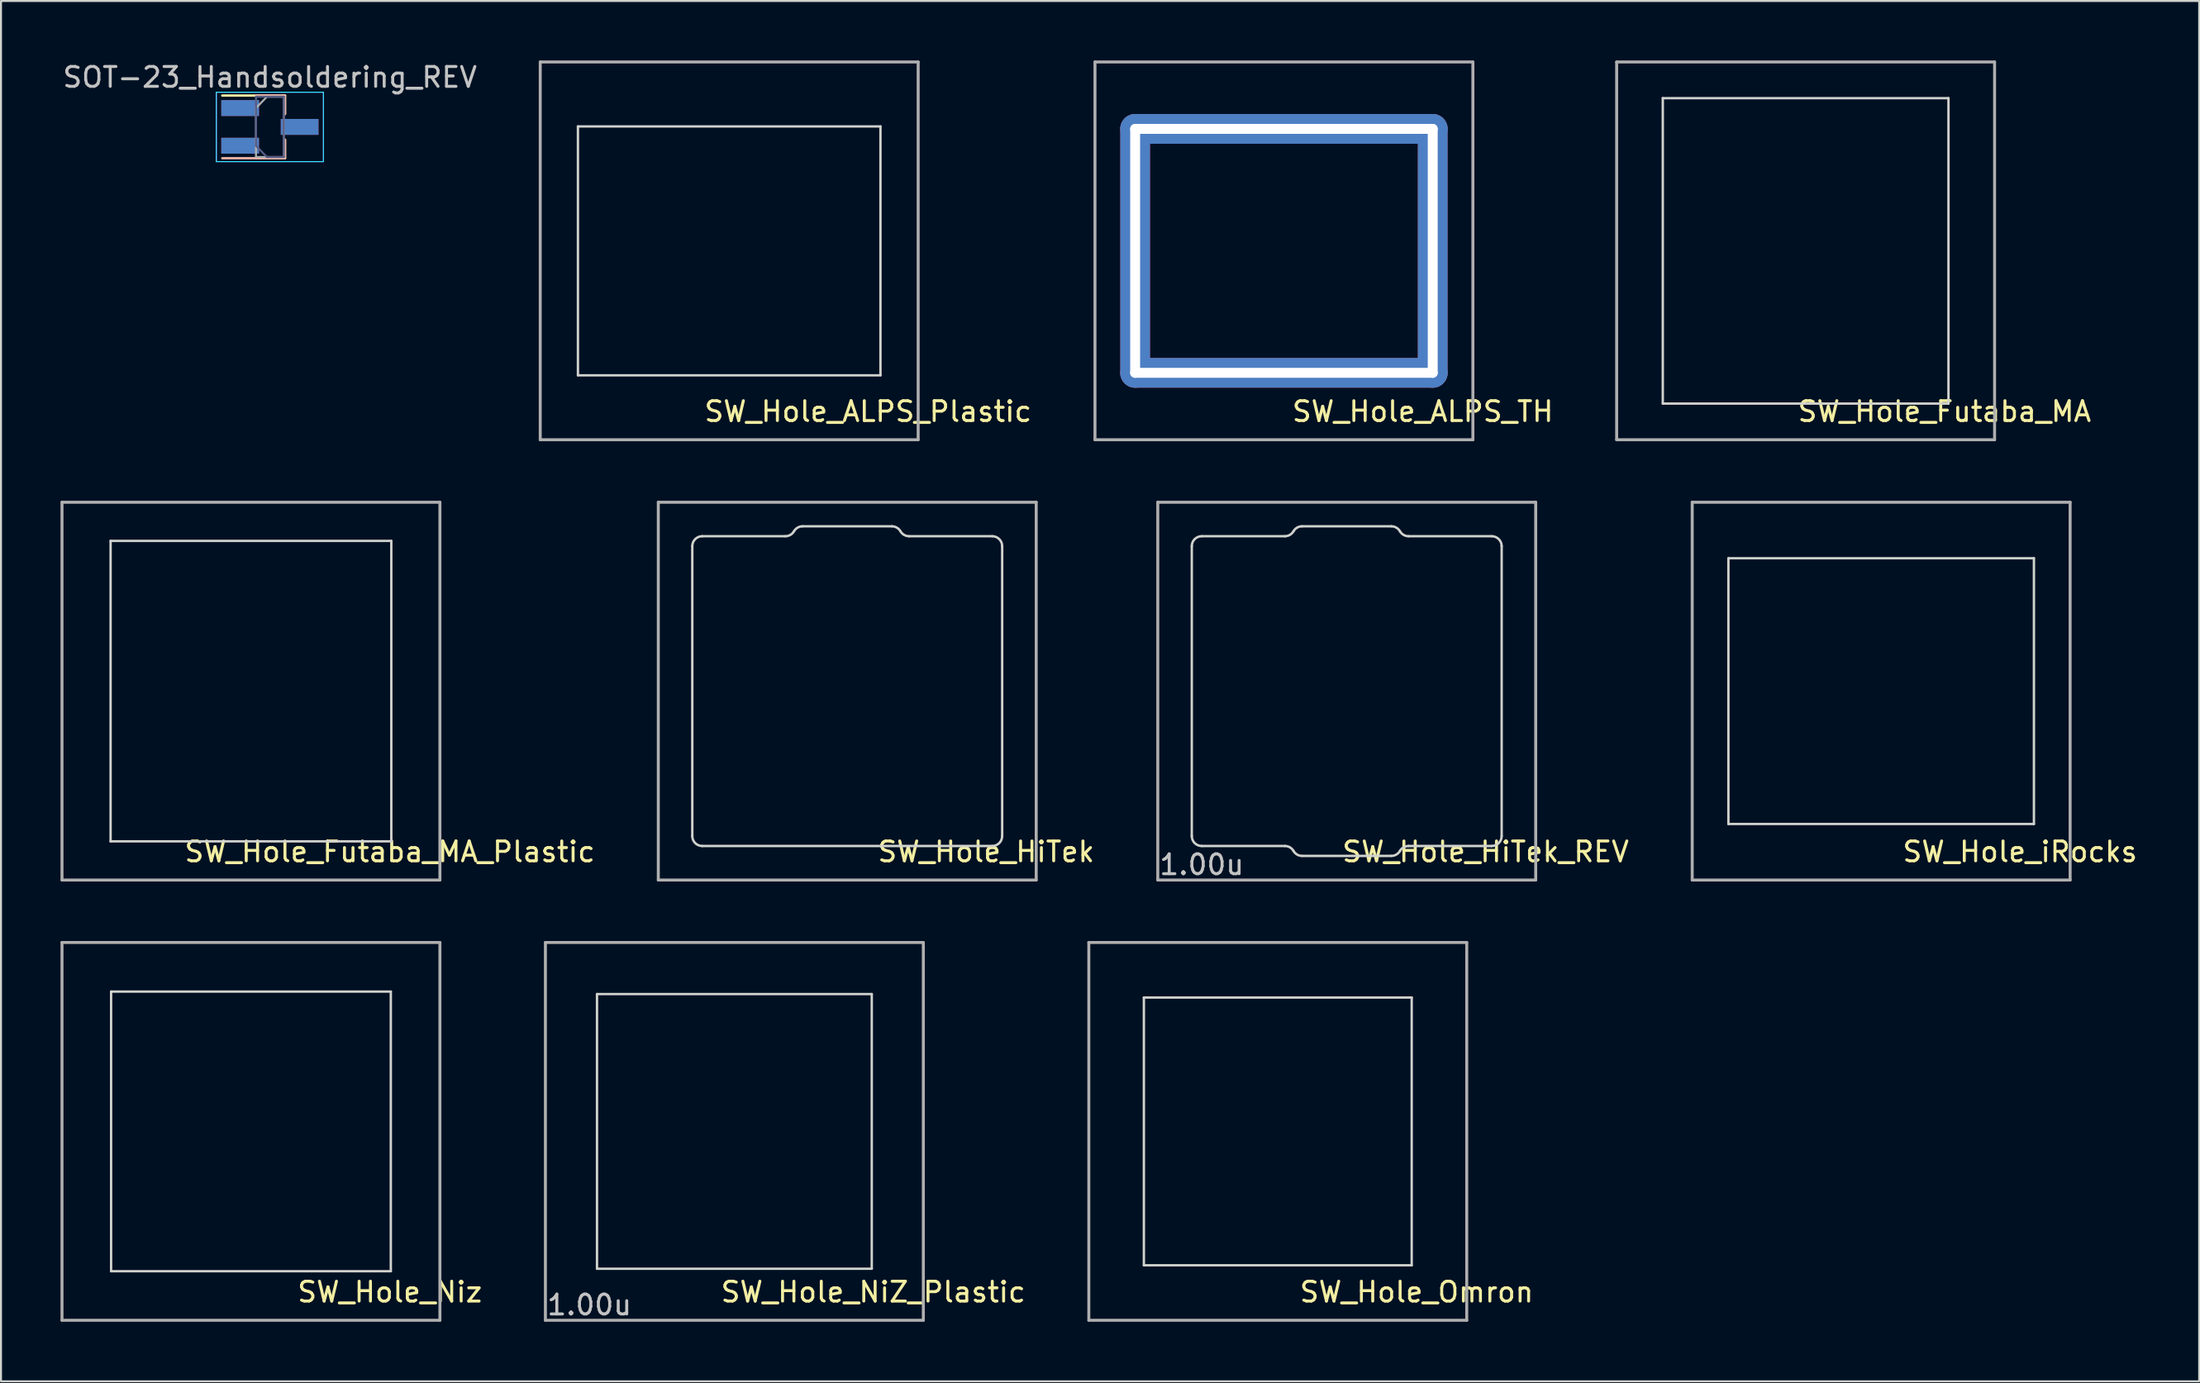
<source format=kicad_pcb>
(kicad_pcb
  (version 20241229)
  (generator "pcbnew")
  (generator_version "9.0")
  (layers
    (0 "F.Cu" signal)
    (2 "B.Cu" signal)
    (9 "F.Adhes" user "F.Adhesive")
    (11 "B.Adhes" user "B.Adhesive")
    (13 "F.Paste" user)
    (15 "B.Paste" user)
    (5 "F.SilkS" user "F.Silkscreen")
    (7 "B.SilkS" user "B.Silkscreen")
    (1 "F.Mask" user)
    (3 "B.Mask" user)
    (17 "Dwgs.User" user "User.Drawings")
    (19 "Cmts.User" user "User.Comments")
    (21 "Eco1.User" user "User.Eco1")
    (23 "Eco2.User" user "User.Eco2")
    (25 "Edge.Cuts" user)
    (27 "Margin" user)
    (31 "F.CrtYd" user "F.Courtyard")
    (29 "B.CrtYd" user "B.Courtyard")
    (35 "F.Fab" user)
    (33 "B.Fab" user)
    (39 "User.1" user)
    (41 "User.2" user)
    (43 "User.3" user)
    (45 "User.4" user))
  (footprint "SW_Hole_NiZ_Plastic"
    (layer "F.Cu")
    (at 33.968 54)
    (property "Reference" "SW_Hole_NiZ_Plastic" (at 7 8.1 0) (layer "F.SilkS") (effects (font (size 1 1) (thickness 0.15))))
    (fp_line (start -6.925 -6.925) (end -6.925 6.925) (stroke (width 0.12) (type solid)) (layer "Edge.Cuts"))
    (fp_line (start -6.925 6.925) (end 6.925 6.925) (stroke (width 0.12) (type solid)) (layer "Edge.Cuts"))
    (fp_line (start 6.925 -6.925) (end -6.925 -6.925) (stroke (width 0.12) (type solid)) (layer "Edge.Cuts"))
    (fp_line (start 6.925 6.925) (end 6.925 -6.925) (stroke (width 0.12) (type solid)) (layer "Edge.Cuts"))
    (fp_line (start -9.525 -9.525) (end -9.525 9.525) (stroke (width 0.15) (type solid)) (layer "F.Fab"))
    (fp_line (start -9.525 9.525) (end 9.525 9.525) (stroke (width 0.15) (type solid)) (layer "F.Fab"))
    (fp_line (start 9.525 -9.525) (end -9.525 -9.525) (stroke (width 0.15) (type solid)) (layer "F.Fab"))
    (fp_line (start 9.525 9.525) (end 9.525 -9.525) (stroke (width 0.15) (type solid)) (layer "F.Fab"))
    (fp_text user "1.00u" (at -9.525 8.75 0) (layer "Dwgs.User") (effects (font (size 1 1) (thickness 0.15)) (justify left))))
  (footprint "SW_Hole_Futaba_MA"
    (layer "F.Cu")
    (at 87.967 9.6)
    (property "Reference" "SW_Hole_Futaba_MA" (at 7 8.1 0) (layer "F.SilkS") (effects (font (size 1 1) (thickness 0.15))))
    (attr through_hole)
    (fp_line (start -7.2 -7.7) (end -7.2 7.7) (stroke (width 0.12) (type solid)) (layer "Edge.Cuts"))
    (fp_line (start -7.2 7.7) (end 7.2 7.7) (stroke (width 0.12) (type solid)) (layer "Edge.Cuts"))
    (fp_line (start 7.2 -7.7) (end -7.2 -7.7) (stroke (width 0.12) (type solid)) (layer "Edge.Cuts"))
    (fp_line (start 7.2 7.7) (end 7.2 -7.7) (stroke (width 0.12) (type solid)) (layer "Edge.Cuts"))
    (fp_line (start -9.525 -9.525) (end -9.525 9.525) (stroke (width 0.15) (type solid)) (layer "F.Fab"))
    (fp_line (start -9.525 9.525) (end 9.525 9.525) (stroke (width 0.15) (type solid)) (layer "F.Fab"))
    (fp_line (start 9.525 -9.525) (end -9.525 -9.525) (stroke (width 0.15) (type solid)) (layer "F.Fab"))
    (fp_line (start 9.525 9.525) (end 9.525 -9.525) (stroke (width 0.15) (type solid)) (layer "F.Fab")))
  (footprint "SOT-23_Handsoldering_REV"
    (layer "F.Cu")
    (at 10.554 3.348)
    (property "Reference" "SOT-23_Handsoldering_REV" (at 0 -2.5 0) (layer "Dwgs.User") (effects (font (size 1 1) (thickness 0.15))))
    (attr smd)
    (fp_line (start 0.76 -1.58) (end -2.4 -1.58) (stroke (width 0.12) (type solid)) (layer "F.SilkS"))
    (fp_line (start 0.76 -1.58) (end 0.76 -0.65) (stroke (width 0.12) (type solid)) (layer "F.SilkS"))
    (fp_line (start 0.76 1.58) (end -0.7 1.58) (stroke (width 0.12) (type solid)) (layer "F.SilkS"))
    (fp_line (start 0.76 1.58) (end 0.76 0.65) (stroke (width 0.12) (type solid)) (layer "F.SilkS"))
    (fp_line (start 0.76 -1.58) (end -0.7 -1.58) (stroke (width 0.12) (type solid)) (layer "B.SilkS"))
    (fp_line (start 0.76 -1.58) (end 0.76 -0.65) (stroke (width 0.12) (type solid)) (layer "B.SilkS"))
    (fp_line (start 0.76 1.58) (end -2.4 1.58) (stroke (width 0.12) (type solid)) (layer "B.SilkS"))
    (fp_line (start 0.76 1.58) (end 0.76 0.65) (stroke (width 0.12) (type solid)) (layer "B.SilkS"))
    (fp_line (start -2.7 -1.75) (end -2.7 1.75) (stroke (width 0.05) (type solid)) (layer "B.CrtYd"))
    (fp_line (start -2.7 1.75) (end 2.7 1.75) (stroke (width 0.05) (type solid)) (layer "B.CrtYd"))
    (fp_line (start 2.7 -1.75) (end -2.7 -1.75) (stroke (width 0.05) (type solid)) (layer "B.CrtYd"))
    (fp_line (start 2.7 1.75) (end 2.7 -1.75) (stroke (width 0.05) (type solid)) (layer "B.CrtYd"))
    (fp_line (start -2.7 -1.75) (end 2.7 -1.75) (stroke (width 0.05) (type solid)) (layer "F.CrtYd"))
    (fp_line (start -2.7 1.75) (end -2.7 -1.75) (stroke (width 0.05) (type solid)) (layer "F.CrtYd"))
    (fp_line (start 2.7 -1.75) (end 2.7 1.75) (stroke (width 0.05) (type solid)) (layer "F.CrtYd"))
    (fp_line (start 2.7 1.75) (end -2.7 1.75) (stroke (width 0.05) (type solid)) (layer "F.CrtYd"))
    (fp_line (start -0.7 -1.52) (end 0.7 -1.52) (stroke (width 0.1) (type solid)) (layer "B.Fab"))
    (fp_line (start -0.7 0.95) (end -0.7 -1.5) (stroke (width 0.1) (type solid)) (layer "B.Fab"))
    (fp_line (start -0.7 0.95) (end -0.15 1.52) (stroke (width 0.1) (type solid)) (layer "B.Fab"))
    (fp_line (start -0.15 1.52) (end 0.7 1.52) (stroke (width 0.1) (type solid)) (layer "B.Fab"))
    (fp_line (start 0.7 1.52) (end 0.7 -1.52) (stroke (width 0.1) (type solid)) (layer "B.Fab"))
    (fp_line (start -0.7 -0.95) (end -0.7 1.5) (stroke (width 0.1) (type solid)) (layer "F.Fab"))
    (fp_line (start -0.7 -0.95) (end -0.15 -1.52) (stroke (width 0.1) (type solid)) (layer "F.Fab"))
    (fp_line (start -0.7 1.52) (end 0.7 1.52) (stroke (width 0.1) (type solid)) (layer "F.Fab"))
    (fp_line (start -0.15 -1.52) (end 0.7 -1.52) (stroke (width 0.1) (type solid)) (layer "F.Fab"))
    (fp_line (start 0.7 -1.52) (end 0.7 1.52) (stroke (width 0.1) (type solid)) (layer "F.Fab"))
    (pad "1" smd rect (at -1.5 -0.95) (size 1.9 0.8) (layers "F.Cu" "F.Mask" "F.Paste"))
    (pad "1" smd rect (at -1.5 0.95 180) (size 1.9 0.8) (layers "B.Cu" "B.Mask" "B.Paste"))
    (pad "2" smd rect (at -1.5 -0.95 180) (size 1.9 0.8) (layers "B.Cu" "B.Mask" "B.Paste"))
    (pad "2" smd rect (at -1.5 0.95) (size 1.9 0.8) (layers "F.Cu" "F.Mask" "F.Paste"))
    (pad "3" smd rect (at 1.5 0) (size 1.9 0.8) (layers "F.Cu" "F.Mask" "F.Paste"))
    (pad "3" smd rect (at 1.5 0 180) (size 1.9 0.8) (layers "B.Cu" "B.Mask" "B.Paste")))
  (footprint "SW_Hole_Omron"
    (layer "F.Cu")
    (at 61.36 54)
    (property "Reference" "SW_Hole_Omron" (at 7 8.1 0) (layer "F.SilkS") (effects (font (size 1 1) (thickness 0.15))))
    (attr through_hole)
    (fp_line (start -6.75 -6.75) (end -6.75 6.75) (stroke (width 0.12) (type solid)) (layer "Edge.Cuts"))
    (fp_line (start -6.75 6.75) (end 6.75 6.75) (stroke (width 0.12) (type solid)) (layer "Edge.Cuts"))
    (fp_line (start 6.75 -6.75) (end -6.75 -6.75) (stroke (width 0.12) (type solid)) (layer "Edge.Cuts"))
    (fp_line (start 6.75 6.75) (end 6.75 -6.75) (stroke (width 0.12) (type solid)) (layer "Edge.Cuts"))
    (fp_line (start -9.525 -9.525) (end -9.525 9.525) (stroke (width 0.15) (type solid)) (layer "F.Fab"))
    (fp_line (start -9.525 9.525) (end 9.525 9.525) (stroke (width 0.15) (type solid)) (layer "F.Fab"))
    (fp_line (start 9.525 -9.525) (end -9.525 -9.525) (stroke (width 0.15) (type solid)) (layer "F.Fab"))
    (fp_line (start 9.525 9.525) (end 9.525 -9.525) (stroke (width 0.15) (type solid)) (layer "F.Fab")))
  (footprint "SW_Hole_ALPS_Plastic"
    (layer "F.Cu")
    (at 33.707 9.6)
    (property "Reference" "SW_Hole_ALPS_Plastic" (at 7 8.1 0) (layer "F.SilkS") (effects (font (size 1 1) (thickness 0.15))))
    (fp_line (start -7.625 -6.275) (end -7.625 6.275) (stroke (width 0.12) (type solid)) (layer "Edge.Cuts"))
    (fp_line (start -7.625 6.275) (end 7.625 6.275) (stroke (width 0.12) (type solid)) (layer "Edge.Cuts"))
    (fp_line (start 7.625 -6.275) (end -7.625 -6.275) (stroke (width 0.12) (type solid)) (layer "Edge.Cuts"))
    (fp_line (start 7.625 6.275) (end 7.625 -6.275) (stroke (width 0.12) (type solid)) (layer "Edge.Cuts"))
    (fp_line (start -9.525 -9.525) (end -9.525 9.525) (stroke (width 0.15) (type solid)) (layer "F.Fab"))
    (fp_line (start -9.525 9.525) (end 9.525 9.525) (stroke (width 0.15) (type solid)) (layer "F.Fab"))
    (fp_line (start 9.525 -9.525) (end -9.525 -9.525) (stroke (width 0.15) (type solid)) (layer "F.Fab"))
    (fp_line (start 9.525 9.525) (end 9.525 -9.525) (stroke (width 0.15) (type solid)) (layer "F.Fab")))
  (footprint "SW_Hole_Futaba_MA_Plastic"
    (layer "F.Cu")
    (at 9.6 31.8)
    (property "Reference" "SW_Hole_Futaba_MA_Plastic" (at 7 8.1 0) (layer "F.SilkS") (effects (font (size 1 1) (thickness 0.15))))
    (attr through_hole)
    (fp_line (start -7.075 -7.575) (end -7.075 7.575) (stroke (width 0.12) (type solid)) (layer "Edge.Cuts"))
    (fp_line (start -7.075 7.575) (end 7.075 7.575) (stroke (width 0.12) (type solid)) (layer "Edge.Cuts"))
    (fp_line (start 7.075 -7.575) (end -7.075 -7.575) (stroke (width 0.12) (type solid)) (layer "Edge.Cuts"))
    (fp_line (start 7.075 7.575) (end 7.075 -7.575) (stroke (width 0.12) (type solid)) (layer "Edge.Cuts"))
    (fp_line (start -9.525 -9.525) (end -9.525 9.525) (stroke (width 0.15) (type solid)) (layer "F.Fab"))
    (fp_line (start -9.525 9.525) (end 9.525 9.525) (stroke (width 0.15) (type solid)) (layer "F.Fab"))
    (fp_line (start 9.525 -9.525) (end -9.525 -9.525) (stroke (width 0.15) (type solid)) (layer "F.Fab"))
    (fp_line (start 9.525 9.525) (end 9.525 -9.525) (stroke (width 0.15) (type solid)) (layer "F.Fab")))
  (footprint "SW_Hole_HiTek_REV"
    (layer "F.Cu")
    (at 64.836 31.8)
    (property "Reference" "SW_Hole_HiTek_REV" (at 7 8.1 0) (layer "F.SilkS") (effects (font (size 1 1) (thickness 0.15))))
    (attr through_hole)
    (fp_line (start -7.811 7.309) (end -7.811 -7.311) (stroke (width 0.12) (type solid)) (layer "Edge.Cuts"))
    (fp_line (start -7.311 -7.811) (end -3.117 -7.811) (stroke (width 0.12) (type solid)) (layer "Edge.Cuts"))
    (fp_line (start -3.117 7.809) (end -7.311 7.809) (stroke (width 0.12) (type solid)) (layer "Edge.Cuts"))
    (fp_line (start -2.251 -8.311) (end 2.249 -8.311) (stroke (width 0.12) (type solid)) (layer "Edge.Cuts"))
    (fp_line (start 2.249 8.309) (end -2.251 8.309) (stroke (width 0.12) (type solid)) (layer "Edge.Cuts"))
    (fp_line (start 3.115 -7.811) (end 7.309 -7.811) (stroke (width 0.12) (type solid)) (layer "Edge.Cuts"))
    (fp_line (start 7.309 7.809) (end 3.115 7.809) (stroke (width 0.12) (type solid)) (layer "Edge.Cuts"))
    (fp_line (start 7.809 -7.311) (end 7.809 7.309) (stroke (width 0.12) (type solid)) (layer "Edge.Cuts"))
    (fp_arc (start -7.8114 -7.311469) (mid -7.664953 -7.665022) (end -7.3114 -7.811469) (stroke (width 0.12) (type solid)) (layer "Edge.Cuts"))
    (fp_arc (start -7.3114 7.808531) (mid -7.664953 7.662084) (end -7.8114 7.308531) (stroke (width 0.12) (type solid)) (layer "Edge.Cuts"))
    (fp_arc (start -3.117425 7.808532) (mid -2.867417 7.87551) (end -2.684413 8.058531) (stroke (width 0.12) (type solid)) (layer "Edge.Cuts"))
    (fp_arc (start -2.684413 -8.061469) (mid -2.5014 -8.244482) (end -2.2514 -8.311469) (stroke (width 0.12) (type solid)) (layer "Edge.Cuts"))
    (fp_arc (start -2.684412 -8.061469) (mid -2.867425 -7.878456) (end -3.117425 -7.811469) (stroke (width 0.12) (type solid)) (layer "Edge.Cuts"))
    (fp_arc (start -2.2514 8.308531) (mid -2.5014 8.241544) (end -2.684413 8.058531) (stroke (width 0.12) (type solid)) (layer "Edge.Cuts"))
    (fp_arc (start 2.2486 -8.311469) (mid 2.4986 -8.244482) (end 2.681613 -8.061469) (stroke (width 0.12) (type solid)) (layer "Edge.Cuts"))
    (fp_arc (start 2.681612 8.058531) (mid 2.864625 7.875518) (end 3.114625 7.808531) (stroke (width 0.12) (type solid)) (layer "Edge.Cuts"))
    (fp_arc (start 2.681613 8.058531) (mid 2.4986 8.241544) (end 2.2486 8.308531) (stroke (width 0.12) (type solid)) (layer "Edge.Cuts"))
    (fp_arc (start 3.114625 -7.81147) (mid 2.864626 -7.878457) (end 2.681613 -8.061469) (stroke (width 0.12) (type solid)) (layer "Edge.Cuts"))
    (fp_arc (start 7.3086 -7.811469) (mid 7.662153 -7.665022) (end 7.8086 -7.311469) (stroke (width 0.12) (type solid)) (layer "Edge.Cuts"))
    (fp_arc (start 7.8086 7.308531) (mid 7.662153 7.662084) (end 7.3086 7.808531) (stroke (width 0.12) (type solid)) (layer "Edge.Cuts"))
    (fp_line (start -9.525 -9.525) (end -9.525 9.525) (stroke (width 0.15) (type solid)) (layer "F.Fab"))
    (fp_line (start -9.525 9.525) (end 9.525 9.525) (stroke (width 0.15) (type solid)) (layer "F.Fab"))
    (fp_line (start 9.525 -9.525) (end -9.525 -9.525) (stroke (width 0.15) (type solid)) (layer "F.Fab"))
    (fp_line (start 9.525 9.525) (end 9.525 -9.525) (stroke (width 0.15) (type solid)) (layer "F.Fab"))
    (fp_text user "1.00u" (at -9.525 8.75 0) (layer "Dwgs.User") (effects (font (size 1 1) (thickness 0.15)) (justify left))))
  (footprint "SW_Hole_HiTek"
    (layer "F.Cu")
    (at 39.658 31.8)
    (property "Reference" "SW_Hole_HiTek" (at 7 8.1 0) (layer "F.SilkS") (effects (font (size 1 1) (thickness 0.15))))
    (attr through_hole)
    (fp_line (start -7.811 7.309) (end -7.811 -7.311) (stroke (width 0.12) (type solid)) (layer "Edge.Cuts"))
    (fp_line (start -7.311 -7.811) (end -3.117 -7.811) (stroke (width 0.12) (type solid)) (layer "Edge.Cuts"))
    (fp_line (start -2.251 -8.311) (end 2.249 -8.311) (stroke (width 0.12) (type solid)) (layer "Edge.Cuts"))
    (fp_line (start 3.115 -7.811) (end 7.309 -7.811) (stroke (width 0.12) (type solid)) (layer "Edge.Cuts"))
    (fp_line (start 7.309 7.809) (end -7.311 7.809) (stroke (width 0.12) (type solid)) (layer "Edge.Cuts"))
    (fp_line (start 7.809 -7.311) (end 7.809 7.309) (stroke (width 0.12) (type solid)) (layer "Edge.Cuts"))
    (fp_arc (start -7.8114 -7.311469) (mid -7.664953 -7.665022) (end -7.3114 -7.811469) (stroke (width 0.12) (type solid)) (layer "Edge.Cuts"))
    (fp_arc (start -7.3114 7.808531) (mid -7.664953 7.662084) (end -7.8114 7.308531) (stroke (width 0.12) (type solid)) (layer "Edge.Cuts"))
    (fp_arc (start -2.684413 -8.061469) (mid -2.5014 -8.244482) (end -2.2514 -8.311469) (stroke (width 0.12) (type solid)) (layer "Edge.Cuts"))
    (fp_arc (start -2.684412 -8.061469) (mid -2.867425 -7.878456) (end -3.117425 -7.811469) (stroke (width 0.12) (type solid)) (layer "Edge.Cuts"))
    (fp_arc (start 2.2486 -8.311469) (mid 2.4986 -8.244482) (end 2.681613 -8.061469) (stroke (width 0.12) (type solid)) (layer "Edge.Cuts"))
    (fp_arc (start 3.114625 -7.81147) (mid 2.864626 -7.878457) (end 2.681613 -8.061469) (stroke (width 0.12) (type solid)) (layer "Edge.Cuts"))
    (fp_arc (start 7.3086 -7.811469) (mid 7.662153 -7.665022) (end 7.8086 -7.311469) (stroke (width 0.12) (type solid)) (layer "Edge.Cuts"))
    (fp_arc (start 7.8086 7.308531) (mid 7.662153 7.662084) (end 7.3086 7.808531) (stroke (width 0.12) (type solid)) (layer "Edge.Cuts"))
    (fp_line (start -9.525 -9.525) (end -9.525 9.525) (stroke (width 0.15) (type solid)) (layer "F.Fab"))
    (fp_line (start -9.525 9.525) (end 9.525 9.525) (stroke (width 0.15) (type solid)) (layer "F.Fab"))
    (fp_line (start 9.525 -9.525) (end -9.525 -9.525) (stroke (width 0.15) (type solid)) (layer "F.Fab"))
    (fp_line (start 9.525 9.525) (end 9.525 -9.525) (stroke (width 0.15) (type solid)) (layer "F.Fab")))
  (footprint "SW_Hole_Niz"
    (layer "F.Cu")
    (at 9.6 54)
    (property "Reference" "SW_Hole_Niz" (at 7 8.1 0) (layer "F.SilkS") (effects (font (size 1 1) (thickness 0.15))))
    (attr through_hole)
    (fp_line (start -7.05 -7.05) (end -7.05 7.05) (stroke (width 0.12) (type solid)) (layer "Edge.Cuts"))
    (fp_line (start -7.05 7.05) (end 7.05 7.05) (stroke (width 0.12) (type solid)) (layer "Edge.Cuts"))
    (fp_line (start 7.05 -7.05) (end -7.05 -7.05) (stroke (width 0.12) (type solid)) (layer "Edge.Cuts"))
    (fp_line (start 7.05 7.05) (end 7.05 -7.05) (stroke (width 0.12) (type solid)) (layer "Edge.Cuts"))
    (fp_line (start -9.525 -9.525) (end -9.525 9.525) (stroke (width 0.15) (type solid)) (layer "F.Fab"))
    (fp_line (start -9.525 9.525) (end 9.525 9.525) (stroke (width 0.15) (type solid)) (layer "F.Fab"))
    (fp_line (start 9.525 -9.525) (end -9.525 -9.525) (stroke (width 0.15) (type solid)) (layer "F.Fab"))
    (fp_line (start 9.525 9.525) (end 9.525 -9.525) (stroke (width 0.15) (type solid)) (layer "F.Fab")))
  (footprint "SW_Hole_iRocks"
    (layer "F.Cu")
    (at 91.775 31.8)
    (property "Reference" "SW_Hole_iRocks" (at 7 8.1 0) (layer "F.SilkS") (effects (font (size 1 1) (thickness 0.15))))
    (attr through_hole)
    (fp_line (start -7.7 -6.7) (end -7.7 6.7) (stroke (width 0.12) (type solid)) (layer "Edge.Cuts"))
    (fp_line (start -7.7 6.7) (end 7.7 6.7) (stroke (width 0.12) (type solid)) (layer "Edge.Cuts"))
    (fp_line (start 7.7 -6.7) (end -7.7 -6.7) (stroke (width 0.12) (type solid)) (layer "Edge.Cuts"))
    (fp_line (start 7.7 6.7) (end 7.7 -6.7) (stroke (width 0.12) (type solid)) (layer "Edge.Cuts"))
    (fp_line (start -9.525 -9.525) (end -9.525 9.525) (stroke (width 0.15) (type solid)) (layer "F.Fab"))
    (fp_line (start -9.525 9.525) (end 9.525 9.525) (stroke (width 0.15) (type solid)) (layer "F.Fab"))
    (fp_line (start 9.525 -9.525) (end -9.525 -9.525) (stroke (width 0.15) (type solid)) (layer "F.Fab"))
    (fp_line (start 9.525 9.525) (end 9.525 -9.525) (stroke (width 0.15) (type solid)) (layer "F.Fab")))
  (footprint "SW_Hole_ALPS_TH"
    (layer "F.Cu")
    (at 61.67 9.6)
    (property "Reference" "SW_Hole_ALPS_TH" (at 7 8.1 0) (layer "F.SilkS") (effects (font (size 1 1) (thickness 0.15))))
    (fp_line (start -9.525 -9.525) (end -9.525 9.525) (stroke (width 0.15) (type solid)) (layer "F.Fab"))
    (fp_line (start -9.525 9.525) (end 9.525 9.525) (stroke (width 0.15) (type solid)) (layer "F.Fab"))
    (fp_line (start 9.525 -9.525) (end -9.525 -9.525) (stroke (width 0.15) (type solid)) (layer "F.Fab"))
    (fp_line (start 9.525 9.525) (end 9.525 -9.525) (stroke (width 0.15) (type solid)) (layer "F.Fab"))
    (pad "1" thru_hole oval (at -7.5 0) (size 1.5 13.8) (drill oval 0.5 12.8) (layers "*.Cu" "*.Mask"))
    (pad "1" thru_hole oval (at 0 -6.15 90) (size 1.5 16.5) (drill oval 0.5 15.5) (layers "*.Cu" "*.Mask"))
    (pad "1" thru_hole oval (at 0 6.15 90) (size 1.5 16.5) (drill oval 0.5 15.5) (layers "*.Cu" "*.Mask"))
    (pad "1" thru_hole oval (at 7.5 0) (size 1.5 13.8) (drill oval 0.5 12.8) (layers "*.Cu" "*.Mask")))
  (gr_rect
    (start -3 -3)
    (end 107.805 66.6)
    (stroke (width 0.1) (type default))
    (fill no)
    (layer "Edge.Cuts")))
</source>
